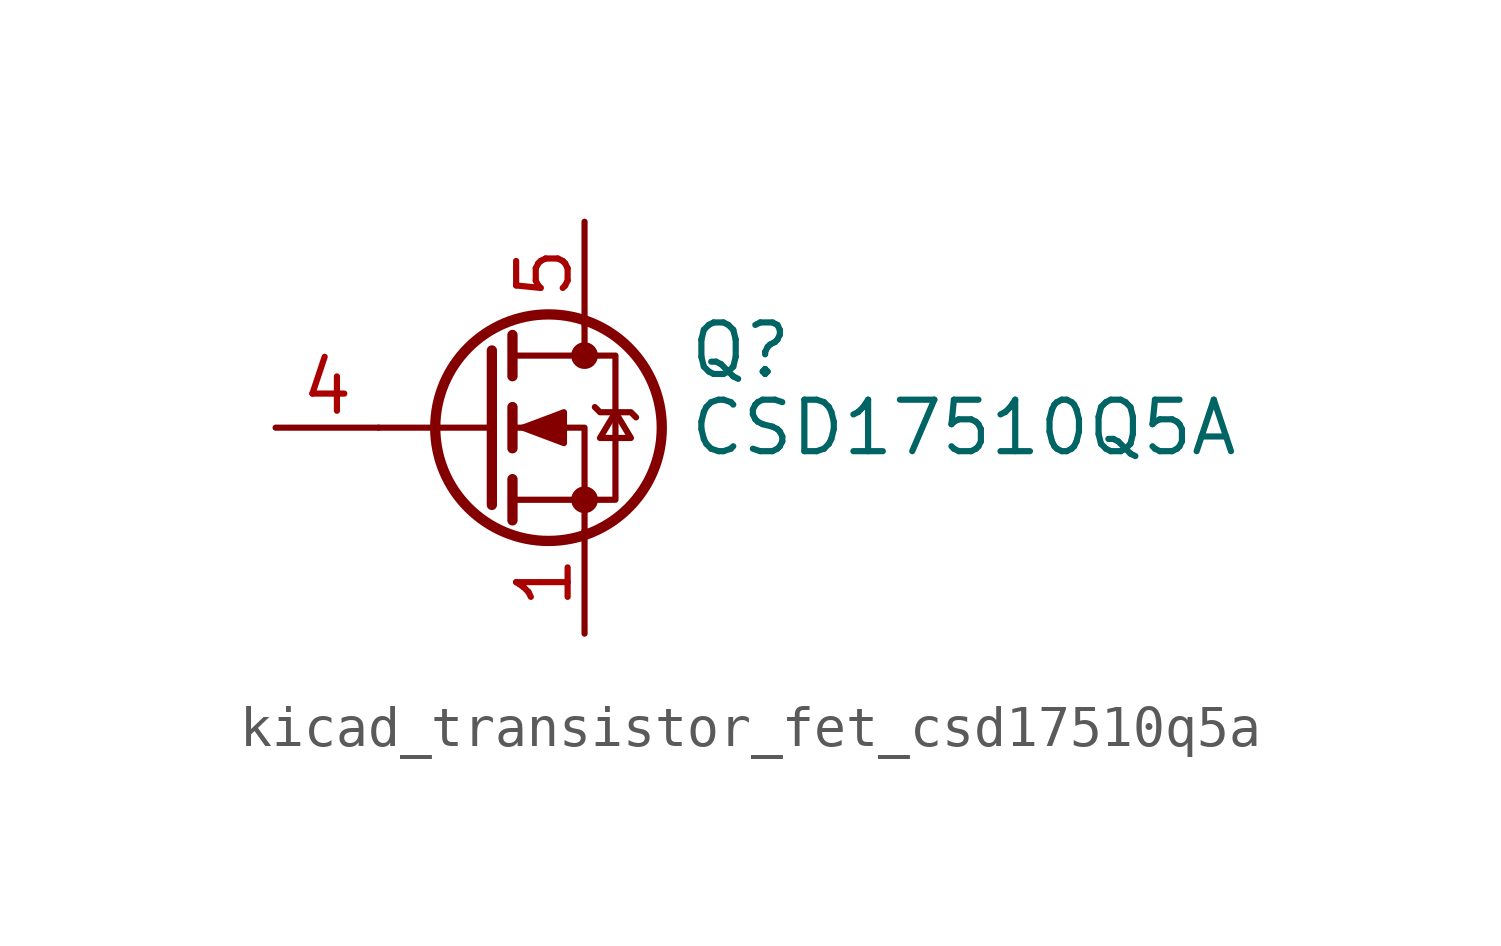
<source format=kicad_sym>
(kicad_symbol_lib
  (version 20220914)
  (generator kicad_symbol_editor)
  (symbol "kicad_transistor_fet_csd17510q5a"
    (pin_names hide)
    (property "Reference" "Q"
      (at 5.08 1.905 0)
      (effects (font (size 1.27 1.27)) (justify left)))
    (property "Value" "CSD17510Q5A"
      (at 5.08 0 0)
      (effects (font (size 1.27 1.27)) (justify left)))
    (symbol "kicad_transistor_fet_csd17510q5a_0_1"
      (polyline (pts (xy 0.254 0) (xy -2.54 0)) (stroke (width 0) (type default)) (fill (type none)))
      (polyline (pts (xy 0.254 1.905) (xy 0.254 -1.905)) (stroke (width 0.254) (type default)) (fill (type none)))
      (polyline (pts (xy 0.762 -1.27) (xy 0.762 -2.286)) (stroke (width 0.254) (type default)) (fill (type none)))
      (polyline (pts (xy 0.762 0.508) (xy 0.762 -0.508)) (stroke (width 0.254) (type default)) (fill (type none)))
      (polyline (pts (xy 0.762 2.286) (xy 0.762 1.27)) (stroke (width 0.254) (type default)) (fill (type none)))
      (polyline (pts (xy 2.54 2.54) (xy 2.54 1.778)) (stroke (width 0) (type default)) (fill (type none)))
      (polyline (pts (xy 2.54 -2.54) (xy 2.54 0) (xy 0.762 0)) (stroke (width 0) (type default)) (fill (type none)))
      (polyline (pts (xy 0.762 -1.778) (xy 3.302 -1.778) (xy 3.302 1.778) (xy 0.762 1.778)) (stroke (width 0) (type default)) (fill (type none)))
      (polyline (pts (xy 1.016 0) (xy 2.032 0.381) (xy 2.032 -0.381) (xy 1.016 0)) (stroke (width 0) (type default)) (fill (type outline)))
      (polyline (pts (xy 2.794 0.508) (xy 2.921 0.381) (xy 3.683 0.381) (xy 3.81 0.254)) (stroke (width 0) (type default)) (fill (type none)))
      (polyline (pts (xy 3.302 0.381) (xy 2.921 -0.254) (xy 3.683 -0.254) (xy 3.302 0.381)) (stroke (width 0) (type default)) (fill (type none)))
      (circle (center 1.651 0) (radius 2.794) (stroke (width 0.254) (type default)) (fill (type none)))
      (circle (center 2.54 -1.778) (radius 0.254) (stroke (width 0) (type default)) (fill (type outline)))
      (circle (center 2.54 1.778) (radius 0.254) (stroke (width 0) (type default)) (fill (type outline))))
    (symbol "kicad_transistor_fet_csd17510q5a_1_1"
      (pin passive line (at 2.54 -5.08 90) (length 2.54) (name "S" (effects (font (size 1.27 1.27)))) (number "1" (effects (font (size 1.27 1.27)))))
      (pin passive line (at 2.54 -5.08 90) (length 2.54) hide (name "S" (effects (font (size 1.27 1.27)))) (number "2" (effects (font (size 1.27 1.27)))))
      (pin passive line (at 2.54 -5.08 90) (length 2.54) hide (name "S" (effects (font (size 1.27 1.27)))) (number "3" (effects (font (size 1.27 1.27)))))
      (pin passive line (at -5.08 0 0) (length 2.54) (name "G" (effects (font (size 1.27 1.27)))) (number "4" (effects (font (size 1.27 1.27)))))
      (pin passive line (at 2.54 5.08 270) (length 2.54) (name "D" (effects (font (size 1.27 1.27)))) (number "5" (effects (font (size 1.27 1.27))))))))
</source>
